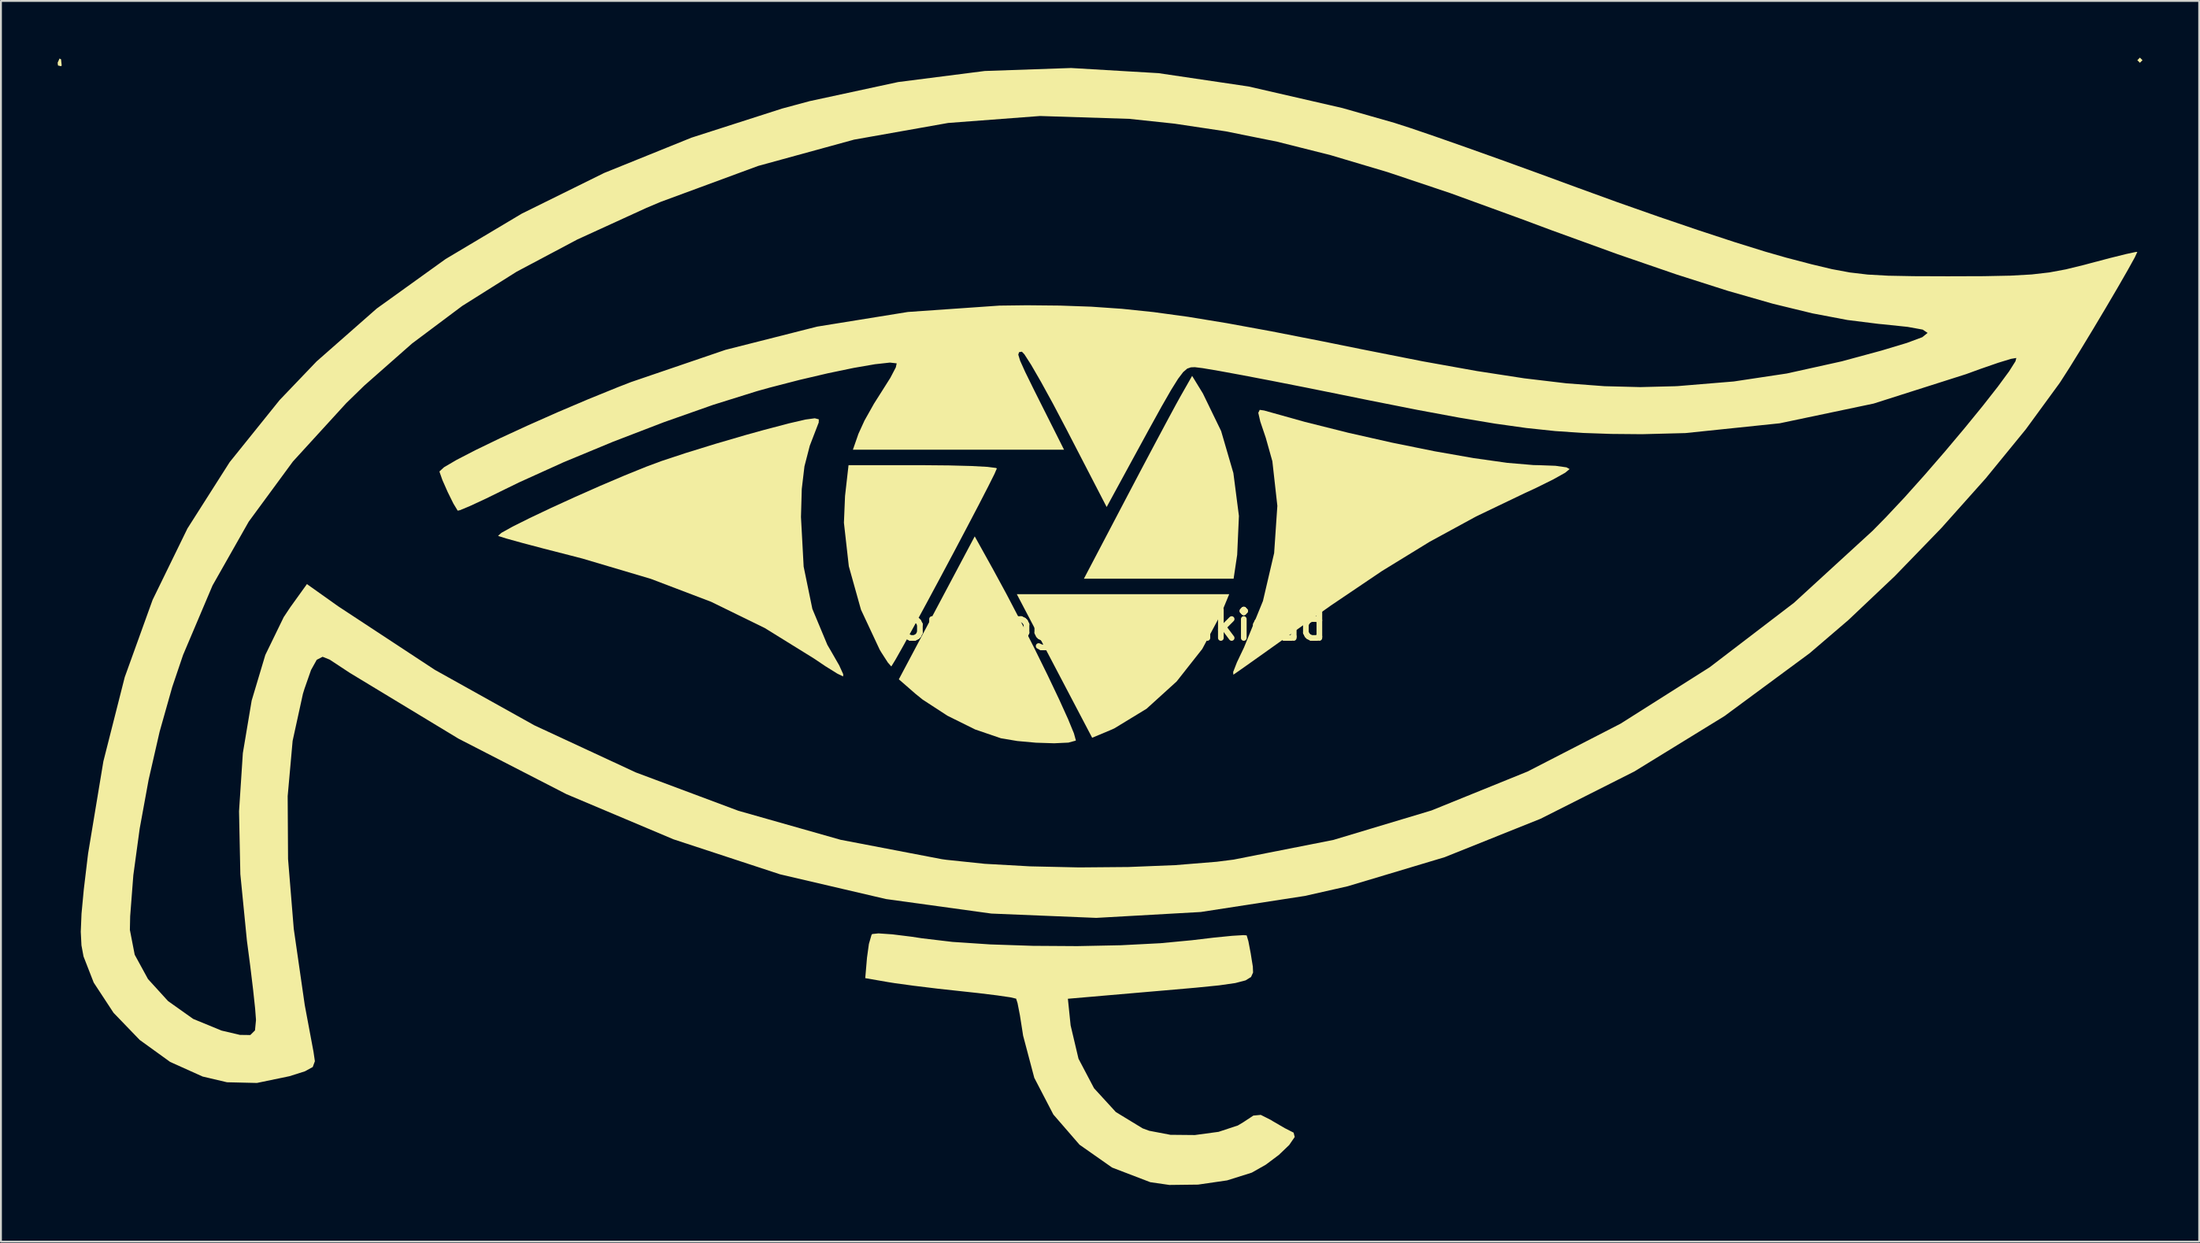
<source format=kicad_pcb>
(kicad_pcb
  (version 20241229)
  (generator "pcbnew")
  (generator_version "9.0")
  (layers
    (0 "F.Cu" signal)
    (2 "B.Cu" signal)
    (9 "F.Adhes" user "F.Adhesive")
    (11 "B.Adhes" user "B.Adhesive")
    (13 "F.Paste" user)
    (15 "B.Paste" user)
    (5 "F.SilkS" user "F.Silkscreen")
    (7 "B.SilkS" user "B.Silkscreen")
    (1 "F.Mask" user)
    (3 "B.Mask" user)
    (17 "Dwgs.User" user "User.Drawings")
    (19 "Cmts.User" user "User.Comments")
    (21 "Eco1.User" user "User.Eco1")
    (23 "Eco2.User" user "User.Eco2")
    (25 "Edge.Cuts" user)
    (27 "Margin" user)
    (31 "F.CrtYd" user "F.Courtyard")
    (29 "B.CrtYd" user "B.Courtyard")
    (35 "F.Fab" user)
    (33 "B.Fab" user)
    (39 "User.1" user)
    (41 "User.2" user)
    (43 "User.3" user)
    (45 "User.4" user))
  (footprint "horuslogohuellakicad"
    (layer "F.Cu")
    (at 55.17 30.043)
    (property "Reference" "horuslogohuellakicad" (at 0 0 0) (layer "F.SilkS") (effects (font (size 1.5 1.5) (thickness 0.3))))
    (attr board_only exclude_from_pos_files exclude_from_bom)
    (fp_poly (pts (xy 55.17 -29.906) (xy 55.033 -29.77) (xy 54.897 -29.906) (xy 55.033 -30.043)) (stroke (width 0) (type solid)) (fill yes) (layer "F.SilkS"))
    (fp_poly (pts (xy -54.988 -29.952) (xy -54.955 -29.628) (xy -54.988 -29.588) (xy -55.15 -29.625) (xy -55.17 -29.77) (xy -55.07 -29.995)) (stroke (width 0) (type solid)) (fill yes) (layer "F.SilkS"))
    (fp_poly (pts (xy 6.413 -0.615) (xy 5.409 1.261) (xy 4.052 2.983) (xy 2.46 4.427) (xy 0.753 5.467) (xy 0.503 5.577) (xy -0.418 5.962) (xy -2.412 2.162) (xy -4.406 -1.639) (xy 1.214 -1.639) (xy 6.835 -1.639)) (stroke (width 0) (type solid)) (fill yes) (layer "F.SilkS"))
    (fp_poly (pts (xy 5.442 -12.265) (xy 6.407 -10.276) (xy 7.056 -8.051) (xy 7.349 -5.782) (xy 7.257 -3.722) (xy 7.068 -2.458) (xy 3.106 -2.458) (xy -0.855 -2.458) (xy 1.392 -6.741) (xy 2.17 -8.22) (xy 2.907 -9.61) (xy 3.545 -10.805) (xy 4.028 -11.7) (xy 4.255 -12.11) (xy 4.872 -13.195)) (stroke (width 0) (type solid)) (fill yes) (layer "F.SilkS"))
    (fp_poly (pts (xy -5.669 -2.964) (xy -4.954 -1.647) (xy -4.207 -0.217) (xy -3.467 1.244) (xy -2.774 2.652) (xy -2.169 3.924) (xy -1.692 4.977) (xy -1.383 5.729) (xy -1.282 6.095) (xy -1.288 6.114) (xy -1.674 6.219) (xy -2.43 6.254) (xy -3.39 6.224) (xy -4.383 6.134) (xy -5.24 5.99) (xy -5.259 5.985) (xy -6.613 5.522) (xy -8.077 4.796) (xy -9.389 3.942) (xy -9.763 3.64) (xy -10.65 2.868) (xy -8.642 -0.916) (xy -6.633 -4.699)) (stroke (width 0) (type solid)) (fill yes) (layer "F.SilkS"))
    (fp_poly (pts (xy -7.994 -8.455) (xy -6.818 -8.424) (xy -5.957 -8.378) (xy -5.506 -8.32) (xy -5.462 -8.295) (xy -5.584 -8.012) (xy -5.919 -7.342) (xy -6.421 -6.367) (xy -7.046 -5.174) (xy -7.747 -3.846) (xy -8.481 -2.47) (xy -9.2 -1.131) (xy -9.861 0.088) (xy -10.417 1.101) (xy -10.824 1.822) (xy -11.035 2.167) (xy -11.053 2.185) (xy -11.235 1.974) (xy -11.571 1.453) (xy -11.664 1.297) (xy -12.653 -0.817) (xy -13.297 -3.118) (xy -13.556 -5.42) (xy -13.497 -6.833) (xy -13.312 -8.467) (xy -9.387 -8.467)) (stroke (width 0) (type solid)) (fill yes) (layer "F.SilkS"))
    (fp_poly (pts (xy 8.681 -11.363) (xy 10.844 -10.758) (xy 13.138 -10.183) (xy 15.46 -9.659) (xy 17.705 -9.204) (xy 19.769 -8.842) (xy 21.549 -8.591) (xy 22.94 -8.473) (xy 23.251 -8.467) (xy 24.104 -8.435) (xy 24.684 -8.353) (xy 24.851 -8.262) (xy 24.618 -8.069) (xy 23.991 -7.718) (xy 23.081 -7.267) (xy 22.461 -6.98) (xy 19.908 -5.756) (xy 17.443 -4.413) (xy 14.925 -2.868) (xy 12.215 -1.038) (xy 11.281 -0.376) (xy 9.985 0.549) (xy 8.838 1.366) (xy 7.916 2.021) (xy 7.294 2.459) (xy 7.055 2.623) (xy 7.044 2.481) (xy 7.245 1.966) (xy 7.614 1.191) (xy 7.619 1.181) (xy 8.621 -1.279) (xy 9.213 -3.813) (xy 9.383 -6.315) (xy 9.119 -8.676) (xy 8.771 -9.916) (xy 8.479 -10.78) (xy 8.374 -11.239) (xy 8.45 -11.396)) (stroke (width 0) (type solid)) (fill yes) (layer "F.SilkS"))
    (fp_poly (pts (xy -14.885 -10.895) (xy -14.89 -10.725) (xy -14.899 -10.703) (xy -15.363 -9.498) (xy -15.645 -8.406) (xy -15.787 -7.207) (xy -15.829 -5.725) (xy -15.687 -3.096) (xy -15.227 -0.861) (xy -14.434 1.04) (xy -14.205 1.434) (xy -13.804 2.133) (xy -13.593 2.598) (xy -13.599 2.716) (xy -13.91 2.564) (xy -14.522 2.183) (xy -15.158 1.756) (xy -17.744 0.154) (xy -20.586 -1.236) (xy -23.773 -2.449) (xy -27.394 -3.524) (xy -28.102 -3.707) (xy -29.436 -4.049) (xy -30.567 -4.348) (xy -31.396 -4.578) (xy -31.823 -4.711) (xy -31.859 -4.729) (xy -31.682 -4.887) (xy -31.093 -5.215) (xy -30.183 -5.669) (xy -29.045 -6.209) (xy -27.769 -6.792) (xy -26.447 -7.377) (xy -25.171 -7.92) (xy -24.032 -8.382) (xy -23.212 -8.687) (xy -21.929 -9.111) (xy -20.355 -9.597) (xy -18.73 -10.072) (xy -17.795 -10.331) (xy -16.474 -10.679) (xy -15.601 -10.882) (xy -15.097 -10.951)) (stroke (width 0) (type solid)) (fill yes) (layer "F.SilkS"))
    (fp_poly (pts (xy -10.99 16.369) (xy -9.975 16.494) (xy -9.423 16.578) (xy -7.812 16.769) (xy -5.807 16.902) (xy -3.554 16.977) (xy -1.203 16.992) (xy 1.098 16.946) (xy 3.201 16.838) (xy 4.861 16.68) (xy 6.032 16.541) (xy 6.982 16.447) (xy 7.594 16.41) (xy 7.759 16.423) (xy 7.85 16.731) (xy 7.974 17.381) (xy 8.017 17.654) (xy 8.085 18.072) (xy 8.098 18.389) (xy 7.991 18.627) (xy 7.7 18.806) (xy 7.159 18.947) (xy 6.303 19.069) (xy 5.066 19.193) (xy 3.384 19.34) (xy 2.357 19.428) (xy -1.703 19.779) (xy -1.558 21.189) (xy -1.141 22.953) (xy -0.319 24.515) (xy 0.836 25.776) (xy 2.251 26.638) (xy 2.6 26.767) (xy 3.724 26.981) (xy 5.017 26.993) (xy 6.274 26.823) (xy 7.29 26.488) (xy 7.58 26.315) (xy 8.113 25.963) (xy 8.506 25.926) (xy 9.037 26.194) (xy 9.149 26.263) (xy 9.778 26.629) (xy 10.217 26.853) (xy 10.242 26.863) (xy 10.303 27.095) (xy 10.009 27.522) (xy 9.464 28.044) (xy 8.772 28.563) (xy 8.039 28.978) (xy 8.014 28.989) (xy 6.723 29.394) (xy 5.187 29.617) (xy 3.669 29.635) (xy 2.659 29.489) (xy 0.636 28.714) (xy -1.087 27.505) (xy -2.472 25.906) (xy -3.481 23.965) (xy -4.074 21.725) (xy -4.101 21.545) (xy -4.241 20.655) (xy -4.367 20.01) (xy -4.442 19.774) (xy -4.742 19.703) (xy -5.464 19.598) (xy -6.487 19.473) (xy -7.266 19.389) (xy -8.589 19.245) (xy -9.854 19.091) (xy -10.865 18.953) (xy -11.206 18.899) (xy -12.427 18.687) (xy -12.335 17.606) (xy -12.234 16.876) (xy -12.098 16.406) (xy -12.062 16.353) (xy -11.729 16.318)) (stroke (width 0) (type solid)) (fill yes) (layer "F.SilkS"))
    (fp_poly (pts (xy 3.096 -29.22) (xy 7.858 -28.515) (xy 12.829 -27.373) (xy 15.568 -26.592) (xy 16.445 -26.309) (xy 17.741 -25.866) (xy 19.36 -25.298) (xy 21.21 -24.638) (xy 23.196 -23.918) (xy 25.226 -23.172) (xy 25.24 -23.167) (xy 27.366 -22.394) (xy 29.539 -21.63) (xy 31.646 -20.913) (xy 33.573 -20.28) (xy 35.204 -19.772) (xy 36.302 -19.457) (xy 37.654 -19.103) (xy 38.736 -18.845) (xy 39.683 -18.669) (xy 40.629 -18.558) (xy 41.709 -18.498) (xy 43.058 -18.473) (xy 44.811 -18.467) (xy 44.928 -18.467) (xy 46.769 -18.473) (xy 48.187 -18.501) (xy 49.302 -18.564) (xy 50.238 -18.671) (xy 51.115 -18.834) (xy 52.057 -19.064) (xy 52.37 -19.148) (xy 53.451 -19.433) (xy 54.301 -19.644) (xy 54.806 -19.753) (xy 54.897 -19.758) (xy 54.764 -19.471) (xy 54.404 -18.82) (xy 53.879 -17.905) (xy 53.246 -16.827) (xy 52.567 -15.688) (xy 51.9 -14.588) (xy 51.306 -13.627) (xy 50.845 -12.908) (xy 50.775 -12.803) (xy 48.997 -10.369) (xy 46.874 -7.771) (xy 44.523 -5.137) (xy 42.06 -2.594) (xy 39.604 -0.269) (xy 37.554 1.487) (xy 33.043 4.817) (xy 28.275 7.748) (xy 23.316 10.249) (xy 18.236 12.285) (xy 13.103 13.824) (xy 10.838 14.336) (xy 5.329 15.186) (xy -0.2 15.497) (xy -5.752 15.269) (xy -11.33 14.5) (xy -16.936 13.191) (xy -22.573 11.339) (xy -28.245 8.946) (xy -33.954 6.01) (xy -39.702 2.53) (xy -40.771 1.826) (xy -41.146 1.675) (xy -41.457 1.835) (xy -41.758 2.375) (xy -42.105 3.367) (xy -42.188 3.636) (xy -42.733 6.127) (xy -42.995 9.052) (xy -42.975 12.38) (xy -42.673 16.078) (xy -42.091 20.114) (xy -41.629 22.581) (xy -41.555 23.085) (xy -41.668 23.392) (xy -42.081 23.619) (xy -42.899 23.878) (xy -44.623 24.236) (xy -46.206 24.199) (xy -47.496 23.896) (xy -49.216 23.122) (xy -50.826 21.959) (xy -52.211 20.522) (xy -53.26 18.924) (xy -53.8 17.538) (xy -53.909 16.952) (xy -53.945 16.232) (xy -53.941 16.134) (xy -51.346 16.134) (xy -51.091 17.447) (xy -50.387 18.736) (xy -49.325 19.902) (xy -47.997 20.845) (xy -46.495 21.463) (xy -46.479 21.467) (xy -45.521 21.692) (xy -44.972 21.699) (xy -44.725 21.453) (xy -44.673 20.919) (xy -44.674 20.868) (xy -44.718 20.292) (xy -44.823 19.313) (xy -44.973 18.068) (xy -45.152 16.703) (xy -45.5 13.183) (xy -45.569 9.854) (xy -45.367 6.772) (xy -44.901 3.994) (xy -44.178 1.578) (xy -43.206 -0.422) (xy -42.862 -0.94) (xy -41.976 -2.173) (xy -40.311 -0.99) (xy -35.202 2.369) (xy -29.935 5.306) (xy -24.566 7.799) (xy -19.148 9.825) (xy -13.733 11.363) (xy -8.376 12.389) (xy -8.143 12.422) (xy -6.102 12.635) (xy -3.704 12.769) (xy -1.114 12.826) (xy 1.506 12.804) (xy 3.991 12.704) (xy 6.177 12.526) (xy 7.066 12.413) (xy 12.34 11.373) (xy 17.542 9.81) (xy 22.626 7.749) (xy 27.549 5.215) (xy 32.264 2.229) (xy 36.726 -1.183) (xy 40.89 -4.998) (xy 41.598 -5.719) (xy 42.572 -6.757) (xy 43.626 -7.934) (xy 44.705 -9.179) (xy 45.75 -10.422) (xy 46.705 -11.592) (xy 47.511 -12.62) (xy 48.111 -13.436) (xy 48.448 -13.969) (xy 48.492 -14.143) (xy 48.211 -14.096) (xy 47.534 -13.889) (xy 46.574 -13.557) (xy 45.84 -13.289) (xy 40.941 -11.729) (xy 35.97 -10.685) (xy 30.985 -10.167) (xy 28.677 -10.108) (xy 27.054 -10.122) (xy 25.552 -10.174) (xy 24.085 -10.274) (xy 22.564 -10.435) (xy 20.901 -10.668) (xy 19.009 -10.984) (xy 16.799 -11.394) (xy 14.185 -11.912) (xy 12.855 -12.182) (xy 10.913 -12.574) (xy 9.122 -12.927) (xy 7.56 -13.226) (xy 6.303 -13.457) (xy 5.428 -13.605) (xy 5.016 -13.656) (xy 4.806 -13.647) (xy 4.613 -13.58) (xy 4.401 -13.398) (xy 4.13 -13.042) (xy 3.762 -12.453) (xy 3.257 -11.574) (xy 2.579 -10.346) (xy 1.687 -8.711) (xy 1.435 -8.248) (xy 0.349 -6.253) (xy -1.777 -10.364) (xy -2.49 -11.719) (xy -3.13 -12.885) (xy -3.65 -13.784) (xy -4.005 -14.336) (xy -4.137 -14.475) (xy -4.287 -14.45) (xy -4.328 -14.318) (xy -4.23 -13.996) (xy -3.961 -13.4) (xy -3.493 -12.447) (xy -3.138 -11.739) (xy -1.906 -9.286) (xy -7.494 -9.286) (xy -13.081 -9.286) (xy -12.787 -10.131) (xy -12.468 -10.829) (xy -11.96 -11.732) (xy -11.565 -12.354) (xy -11.096 -13.097) (xy -10.81 -13.645) (xy -10.763 -13.858) (xy -11.121 -13.899) (xy -11.909 -13.812) (xy -13.034 -13.618) (xy -14.401 -13.334) (xy -15.913 -12.98) (xy -17.477 -12.576) (xy -18.162 -12.385) (xy -20.476 -11.662) (xy -23.078 -10.745) (xy -25.782 -9.706) (xy -28.4 -8.62) (xy -30.745 -7.558) (xy -31.505 -7.187) (xy -32.533 -6.683) (xy -33.359 -6.3) (xy -33.877 -6.085) (xy -33.997 -6.06) (xy -34.223 -6.433) (xy -34.528 -7.05) (xy -34.807 -7.682) (xy -34.955 -8.102) (xy -34.959 -8.139) (xy -34.72 -8.359) (xy -34.053 -8.749) (xy -33.039 -9.273) (xy -31.757 -9.893) (xy -30.284 -10.572) (xy -28.701 -11.274) (xy -27.085 -11.961) (xy -25.517 -12.598) (xy -24.822 -12.868) (xy -19.824 -14.573) (xy -14.972 -15.803) (xy -10.171 -16.578) (xy -5.329 -16.915) (xy -3.866 -16.933) (xy -2.109 -16.916) (xy -0.463 -16.858) (xy 1.158 -16.746) (xy 2.837 -16.571) (xy 4.658 -16.322) (xy 6.707 -15.986) (xy 9.067 -15.554) (xy 11.822 -15.014) (xy 13.732 -14.627) (xy 17.062 -13.968) (xy 19.945 -13.451) (xy 22.46 -13.064) (xy 24.687 -12.8) (xy 26.704 -12.649) (xy 28.59 -12.601) (xy 30.424 -12.647) (xy 30.598 -12.656) (xy 33.538 -12.899) (xy 36.349 -13.322) (xy 39.254 -13.965) (xy 41.35 -14.533) (xy 42.7 -14.939) (xy 43.517 -15.243) (xy 43.797 -15.47) (xy 43.539 -15.644) (xy 42.741 -15.789) (xy 41.399 -15.929) (xy 41.211 -15.946) (xy 39.554 -16.153) (xy 37.701 -16.505) (xy 35.605 -17.015) (xy 33.22 -17.698) (xy 30.499 -18.567) (xy 27.396 -19.634) (xy 23.865 -20.915) (xy 22.259 -21.514) (xy 18.549 -22.865) (xy 15.226 -23.979) (xy 12.197 -24.881) (xy 9.368 -25.593) (xy 6.647 -26.141) (xy 3.94 -26.547) (xy 1.55 -26.801) (xy -3.175 -26.952) (xy -8.038 -26.584) (xy -13.02 -25.701) (xy -18.098 -24.308) (xy -23.253 -22.407) (xy -24.008 -22.088) (xy -27.663 -20.416) (xy -30.878 -18.709) (xy -33.759 -16.896) (xy -36.411 -14.91) (xy -38.94 -12.681) (xy -39.894 -11.753) (xy -42.716 -8.664) (xy -45.055 -5.48) (xy -46.972 -2.099) (xy -48.531 1.579) (xy -49.105 3.277) (xy -49.771 5.636) (xy -50.355 8.188) (xy -50.828 10.774) (xy -51.163 13.234) (xy -51.331 15.409) (xy -51.346 16.134) (xy -53.941 16.134) (xy -53.906 15.277) (xy -53.785 13.99) (xy -53.58 12.273) (xy -53.555 12.075) (xy -52.749 7.211) (xy -51.619 2.755) (xy -50.143 -1.339) (xy -48.299 -5.118) (xy -46.066 -8.627) (xy -43.422 -11.914) (xy -41.466 -13.959) (xy -38.281 -16.76) (xy -34.637 -19.38) (xy -30.602 -21.785) (xy -26.242 -23.938) (xy -21.625 -25.805) (xy -16.818 -27.349) (xy -15.37 -27.739) (xy -10.691 -28.749) (xy -6.103 -29.335) (xy -1.533 -29.493)) (stroke (width 0) (type solid)) (fill yes) (layer "F.SilkS")))
  (gr_rect
    (start -3 -3)
    (end 113.34 62.678)
    (stroke (width 0.1) (type default))
    (fill no)
    (layer "Edge.Cuts")))
</source>
